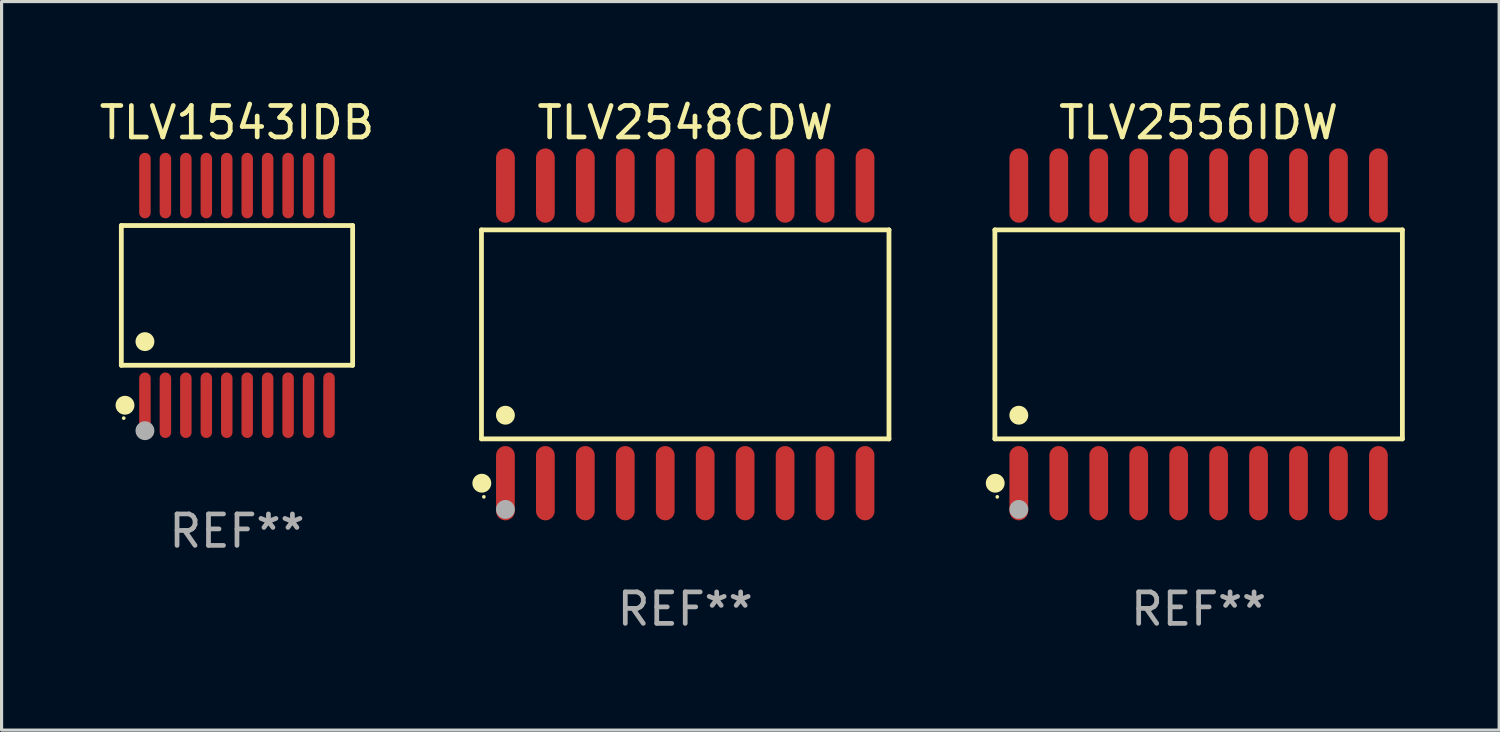
<source format=kicad_pcb>
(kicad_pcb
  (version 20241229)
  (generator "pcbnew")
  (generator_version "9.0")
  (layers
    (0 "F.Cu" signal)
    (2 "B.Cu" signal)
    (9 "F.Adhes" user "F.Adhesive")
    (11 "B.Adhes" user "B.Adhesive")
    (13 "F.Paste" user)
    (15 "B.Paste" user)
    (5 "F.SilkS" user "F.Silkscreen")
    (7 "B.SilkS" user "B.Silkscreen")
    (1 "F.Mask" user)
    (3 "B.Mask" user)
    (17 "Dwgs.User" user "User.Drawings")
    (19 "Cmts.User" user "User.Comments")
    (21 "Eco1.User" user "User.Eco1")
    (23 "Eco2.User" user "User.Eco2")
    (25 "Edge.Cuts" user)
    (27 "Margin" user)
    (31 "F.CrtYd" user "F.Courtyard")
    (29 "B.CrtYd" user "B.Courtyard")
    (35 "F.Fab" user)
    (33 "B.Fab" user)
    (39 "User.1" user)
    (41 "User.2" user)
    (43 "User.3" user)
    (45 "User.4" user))
  (footprint "TLV1543IDB"
    (layer "F.Cu")
    (at 4.482 6.339)
    (property "Reference" "TLV1543IDB" (at 0 -5.491 0) (layer "F.SilkS") (effects (font (size 1 1) (thickness 0.15))))
    (attr through_hole)
    (fp_line (start -3.676 -2.221) (end 3.676 -2.221) (stroke (width 0.152) (type solid)) (layer "F.SilkS"))
    (fp_line (start -3.676 2.221) (end -3.676 -2.221) (stroke (width 0.152) (type solid)) (layer "F.SilkS"))
    (fp_line (start 3.676 -2.221) (end 3.676 2.221) (stroke (width 0.152) (type solid)) (layer "F.SilkS"))
    (fp_line (start 3.676 2.221) (end -3.676 2.221) (stroke (width 0.152) (type solid)) (layer "F.SilkS"))
    (fp_circle (center -3.6 3.9) (end -3.57 3.9) (stroke (width 0.06) (type solid)) (fill no) (layer "F.SilkS"))
    (fp_circle (center -3.559 3.491) (end -3.409 3.491) (stroke (width 0.3) (type solid)) (fill no) (layer "F.SilkS"))
    (fp_circle (center -2.925 1.469) (end -2.775 1.469) (stroke (width 0.3) (type solid)) (fill no) (layer "F.SilkS"))
    (fp_circle (center -2.925 4.3) (end -2.775 4.3) (stroke (width 0.3) (type solid)) (fill no) (layer "F.Fab"))
    (fp_text user "REF**" (at 0 7.491 0) (layer "F.Fab") (effects (font (size 1 1) (thickness 0.15))))
    (pad "1" smd oval (at -2.925 3.491) (size 0.364 2.082) (layers "F.Cu" "F.Mask" "F.Paste"))
    (pad "2" smd oval (at -2.275 3.491) (size 0.364 2.082) (layers "F.Cu" "F.Mask" "F.Paste"))
    (pad "3" smd oval (at -1.625 3.491) (size 0.364 2.082) (layers "F.Cu" "F.Mask" "F.Paste"))
    (pad "4" smd oval (at -0.975 3.491) (size 0.364 2.082) (layers "F.Cu" "F.Mask" "F.Paste"))
    (pad "5" smd oval (at -0.325 3.491) (size 0.364 2.082) (layers "F.Cu" "F.Mask" "F.Paste"))
    (pad "6" smd oval (at 0.325 3.491) (size 0.364 2.082) (layers "F.Cu" "F.Mask" "F.Paste"))
    (pad "7" smd oval (at 0.975 3.491) (size 0.364 2.082) (layers "F.Cu" "F.Mask" "F.Paste"))
    (pad "8" smd oval (at 1.625 3.491) (size 0.364 2.082) (layers "F.Cu" "F.Mask" "F.Paste"))
    (pad "9" smd oval (at 2.275 3.491) (size 0.364 2.082) (layers "F.Cu" "F.Mask" "F.Paste"))
    (pad "10" smd oval (at 2.925 3.491) (size 0.364 2.082) (layers "F.Cu" "F.Mask" "F.Paste"))
    (pad "11" smd oval (at 2.925 -3.491) (size 0.364 2.082) (layers "F.Cu" "F.Mask" "F.Paste"))
    (pad "12" smd oval (at 2.275 -3.491) (size 0.364 2.082) (layers "F.Cu" "F.Mask" "F.Paste"))
    (pad "13" smd oval (at 1.625 -3.491) (size 0.364 2.082) (layers "F.Cu" "F.Mask" "F.Paste"))
    (pad "14" smd oval (at 0.975 -3.491) (size 0.364 2.082) (layers "F.Cu" "F.Mask" "F.Paste"))
    (pad "15" smd oval (at 0.325 -3.491) (size 0.364 2.082) (layers "F.Cu" "F.Mask" "F.Paste"))
    (pad "16" smd oval (at -0.325 -3.491) (size 0.364 2.082) (layers "F.Cu" "F.Mask" "F.Paste"))
    (pad "17" smd oval (at -0.975 -3.491) (size 0.364 2.082) (layers "F.Cu" "F.Mask" "F.Paste"))
    (pad "18" smd oval (at -1.625 -3.491) (size 0.364 2.082) (layers "F.Cu" "F.Mask" "F.Paste"))
    (pad "19" smd oval (at -2.275 -3.491) (size 0.364 2.082) (layers "F.Cu" "F.Mask" "F.Paste"))
    (pad "20" smd oval (at -2.925 -3.491) (size 0.364 2.082) (layers "F.Cu" "F.Mask" "F.Paste")))
  (footprint "TLV2556IDW"
    (layer "F.Cu")
    (at 35.047 7.578)
    (property "Reference" "TLV2556IDW" (at 0 -6.73 0) (layer "F.SilkS") (effects (font (size 1 1) (thickness 0.15))))
    (attr through_hole)
    (fp_line (start -6.476 -3.321) (end 6.476 -3.321) (stroke (width 0.152) (type solid)) (layer "F.SilkS"))
    (fp_line (start -6.476 3.321) (end -6.476 -3.321) (stroke (width 0.152) (type solid)) (layer "F.SilkS"))
    (fp_line (start 6.476 -3.321) (end 6.476 3.321) (stroke (width 0.152) (type solid)) (layer "F.SilkS"))
    (fp_line (start 6.476 3.321) (end -6.476 3.321) (stroke (width 0.152) (type solid)) (layer "F.SilkS"))
    (fp_circle (center -6.465 4.73) (end -6.315 4.73) (stroke (width 0.3) (type solid)) (fill no) (layer "F.SilkS"))
    (fp_circle (center -6.4 5.163) (end -6.37 5.163) (stroke (width 0.06) (type solid)) (fill no) (layer "F.SilkS"))
    (fp_circle (center -5.715 2.569) (end -5.565 2.569) (stroke (width 0.3) (type solid)) (fill no) (layer "F.SilkS"))
    (fp_circle (center -5.715 5.563) (end -5.565 5.563) (stroke (width 0.3) (type solid)) (fill no) (layer "F.Fab"))
    (fp_text user "REF**" (at 0 8.73 0) (layer "F.Fab") (effects (font (size 1 1) (thickness 0.15))))
    (pad "1" smd oval (at -5.715 4.73) (size 0.595 2.36) (layers "F.Cu" "F.Mask" "F.Paste"))
    (pad "2" smd oval (at -4.445 4.73) (size 0.595 2.36) (layers "F.Cu" "F.Mask" "F.Paste"))
    (pad "3" smd oval (at -3.175 4.73) (size 0.595 2.36) (layers "F.Cu" "F.Mask" "F.Paste"))
    (pad "4" smd oval (at -1.905 4.73) (size 0.595 2.36) (layers "F.Cu" "F.Mask" "F.Paste"))
    (pad "5" smd oval (at -0.635 4.73) (size 0.595 2.36) (layers "F.Cu" "F.Mask" "F.Paste"))
    (pad "6" smd oval (at 0.635 4.73) (size 0.595 2.36) (layers "F.Cu" "F.Mask" "F.Paste"))
    (pad "7" smd oval (at 1.905 4.73) (size 0.595 2.36) (layers "F.Cu" "F.Mask" "F.Paste"))
    (pad "8" smd oval (at 3.175 4.73) (size 0.595 2.36) (layers "F.Cu" "F.Mask" "F.Paste"))
    (pad "9" smd oval (at 4.445 4.73) (size 0.595 2.36) (layers "F.Cu" "F.Mask" "F.Paste"))
    (pad "10" smd oval (at 5.715 4.73) (size 0.595 2.36) (layers "F.Cu" "F.Mask" "F.Paste"))
    (pad "11" smd oval (at 5.715 -4.73) (size 0.595 2.36) (layers "F.Cu" "F.Mask" "F.Paste"))
    (pad "12" smd oval (at 4.445 -4.73) (size 0.595 2.36) (layers "F.Cu" "F.Mask" "F.Paste"))
    (pad "13" smd oval (at 3.175 -4.73) (size 0.595 2.36) (layers "F.Cu" "F.Mask" "F.Paste"))
    (pad "14" smd oval (at 1.905 -4.73) (size 0.595 2.36) (layers "F.Cu" "F.Mask" "F.Paste"))
    (pad "15" smd oval (at 0.635 -4.73) (size 0.595 2.36) (layers "F.Cu" "F.Mask" "F.Paste"))
    (pad "16" smd oval (at -0.635 -4.73) (size 0.595 2.36) (layers "F.Cu" "F.Mask" "F.Paste"))
    (pad "17" smd oval (at -1.905 -4.73) (size 0.595 2.36) (layers "F.Cu" "F.Mask" "F.Paste"))
    (pad "18" smd oval (at -3.175 -4.73) (size 0.595 2.36) (layers "F.Cu" "F.Mask" "F.Paste"))
    (pad "19" smd oval (at -4.445 -4.73) (size 0.595 2.36) (layers "F.Cu" "F.Mask" "F.Paste"))
    (pad "20" smd oval (at -5.715 -4.73) (size 0.595 2.36) (layers "F.Cu" "F.Mask" "F.Paste")))
  (footprint "TLV2548CDW"
    (layer "F.Cu")
    (at 18.729 7.578)
    (property "Reference" "TLV2548CDW" (at 0 -6.73 0) (layer "F.SilkS") (effects (font (size 1 1) (thickness 0.15))))
    (attr through_hole)
    (fp_line (start -6.476 -3.321) (end 6.476 -3.321) (stroke (width 0.152) (type solid)) (layer "F.SilkS"))
    (fp_line (start -6.476 3.321) (end -6.476 -3.321) (stroke (width 0.152) (type solid)) (layer "F.SilkS"))
    (fp_line (start 6.476 -3.321) (end 6.476 3.321) (stroke (width 0.152) (type solid)) (layer "F.SilkS"))
    (fp_line (start 6.476 3.321) (end -6.476 3.321) (stroke (width 0.152) (type solid)) (layer "F.SilkS"))
    (fp_circle (center -6.465 4.73) (end -6.315 4.73) (stroke (width 0.3) (type solid)) (fill no) (layer "F.SilkS"))
    (fp_circle (center -6.4 5.163) (end -6.37 5.163) (stroke (width 0.06) (type solid)) (fill no) (layer "F.SilkS"))
    (fp_circle (center -5.715 2.569) (end -5.565 2.569) (stroke (width 0.3) (type solid)) (fill no) (layer "F.SilkS"))
    (fp_circle (center -5.715 5.563) (end -5.565 5.563) (stroke (width 0.3) (type solid)) (fill no) (layer "F.Fab"))
    (fp_text user "REF**" (at 0 8.73 0) (layer "F.Fab") (effects (font (size 1 1) (thickness 0.15))))
    (pad "1" smd oval (at -5.715 4.73) (size 0.595 2.36) (layers "F.Cu" "F.Mask" "F.Paste"))
    (pad "2" smd oval (at -4.445 4.73) (size 0.595 2.36) (layers "F.Cu" "F.Mask" "F.Paste"))
    (pad "3" smd oval (at -3.175 4.73) (size 0.595 2.36) (layers "F.Cu" "F.Mask" "F.Paste"))
    (pad "4" smd oval (at -1.905 4.73) (size 0.595 2.36) (layers "F.Cu" "F.Mask" "F.Paste"))
    (pad "5" smd oval (at -0.635 4.73) (size 0.595 2.36) (layers "F.Cu" "F.Mask" "F.Paste"))
    (pad "6" smd oval (at 0.635 4.73) (size 0.595 2.36) (layers "F.Cu" "F.Mask" "F.Paste"))
    (pad "7" smd oval (at 1.905 4.73) (size 0.595 2.36) (layers "F.Cu" "F.Mask" "F.Paste"))
    (pad "8" smd oval (at 3.175 4.73) (size 0.595 2.36) (layers "F.Cu" "F.Mask" "F.Paste"))
    (pad "9" smd oval (at 4.445 4.73) (size 0.595 2.36) (layers "F.Cu" "F.Mask" "F.Paste"))
    (pad "10" smd oval (at 5.715 4.73) (size 0.595 2.36) (layers "F.Cu" "F.Mask" "F.Paste"))
    (pad "11" smd oval (at 5.715 -4.73) (size 0.595 2.36) (layers "F.Cu" "F.Mask" "F.Paste"))
    (pad "12" smd oval (at 4.445 -4.73) (size 0.595 2.36) (layers "F.Cu" "F.Mask" "F.Paste"))
    (pad "13" smd oval (at 3.175 -4.73) (size 0.595 2.36) (layers "F.Cu" "F.Mask" "F.Paste"))
    (pad "14" smd oval (at 1.905 -4.73) (size 0.595 2.36) (layers "F.Cu" "F.Mask" "F.Paste"))
    (pad "15" smd oval (at 0.635 -4.73) (size 0.595 2.36) (layers "F.Cu" "F.Mask" "F.Paste"))
    (pad "16" smd oval (at -0.635 -4.73) (size 0.595 2.36) (layers "F.Cu" "F.Mask" "F.Paste"))
    (pad "17" smd oval (at -1.905 -4.73) (size 0.595 2.36) (layers "F.Cu" "F.Mask" "F.Paste"))
    (pad "18" smd oval (at -3.175 -4.73) (size 0.595 2.36) (layers "F.Cu" "F.Mask" "F.Paste"))
    (pad "19" smd oval (at -4.445 -4.73) (size 0.595 2.36) (layers "F.Cu" "F.Mask" "F.Paste"))
    (pad "20" smd oval (at -5.715 -4.73) (size 0.595 2.36) (layers "F.Cu" "F.Mask" "F.Paste")))
  (gr_rect
    (start -3 -3)
    (end 44.599 20.156)
    (stroke (width 0.1) (type default))
    (fill no)
    (layer "Edge.Cuts")))
</source>
